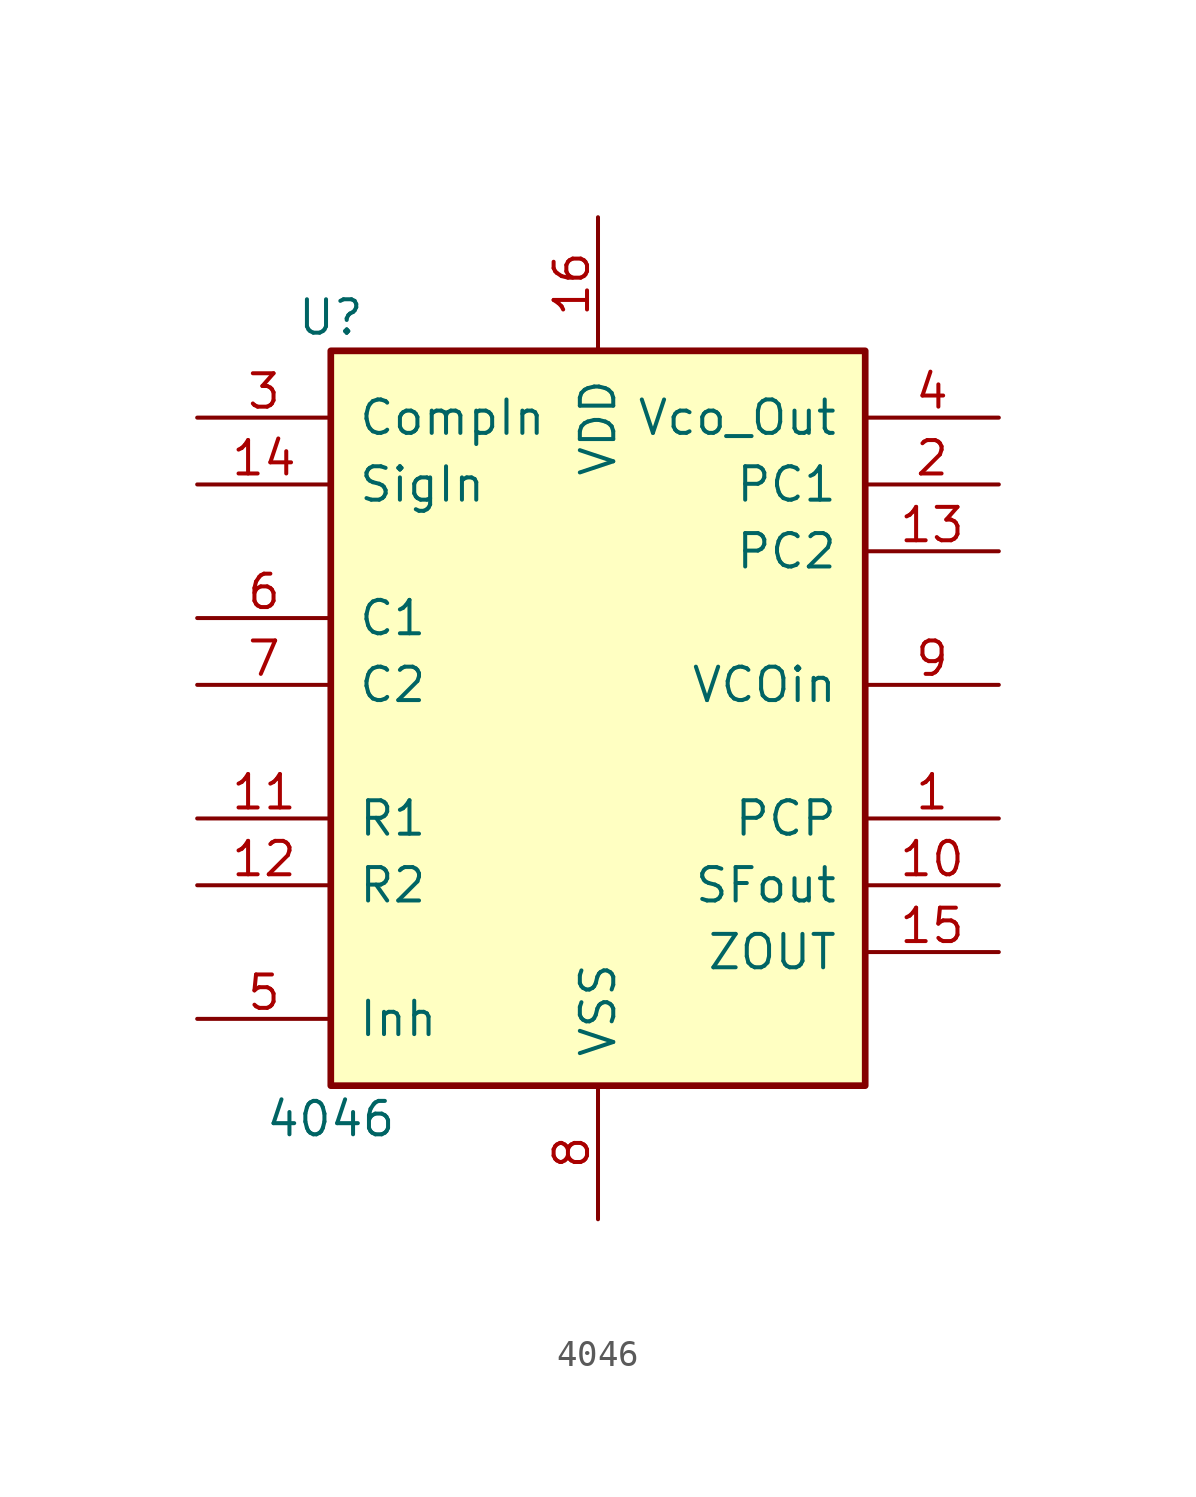
<source format=kicad_sym>
(kicad_symbol_lib
  (version 20231120)
  (generator "kicad_symbol_editor")
  (generator_version "8.0")
  (symbol "4046"
    (pin_names
      (offset 1.016))
    (property "Reference" "U"
      (at -10.16 1.27 0)
      (effects (font (size 1.27 1.27))))
    (property "Value" "4046"
      (at -10.16 -29.21 0)
      (effects (font (size 1.27 1.27))))
    (property "ki_locked" ""
      (at 0 0 0)
      (effects (font (size 1.27 1.27))))
    (symbol "4046_1_0"
      (pin output line (at 15.24 -17.78 180) (length 5.08) (name "PCP" (effects (font (size 1.27 1.27)))) (number "1" (effects (font (size 1.27 1.27)))))
      (pin output line (at 15.24 -20.32 180) (length 5.08) (name "SFout" (effects (font (size 1.27 1.27)))) (number "10" (effects (font (size 1.27 1.27)))))
      (pin input line (at -15.24 -17.78 0) (length 5.08) (name "R1" (effects (font (size 1.27 1.27)))) (number "11" (effects (font (size 1.27 1.27)))))
      (pin input line (at -15.24 -20.32 0) (length 5.08) (name "R2" (effects (font (size 1.27 1.27)))) (number "12" (effects (font (size 1.27 1.27)))))
      (pin tri_state line (at 15.24 -7.62 180) (length 5.08) (name "PC2" (effects (font (size 1.27 1.27)))) (number "13" (effects (font (size 1.27 1.27)))))
      (pin input line (at -15.24 -5.08 0) (length 5.08) (name "SigIn" (effects (font (size 1.27 1.27)))) (number "14" (effects (font (size 1.27 1.27)))))
      (pin output line (at 15.24 -22.86 180) (length 5.08) (name "ZOUT" (effects (font (size 1.27 1.27)))) (number "15" (effects (font (size 1.27 1.27)))))
      (pin power_in line (at 0 5.08 270) (length 5.08) (name "VDD" (effects (font (size 1.27 1.27)))) (number "16" (effects (font (size 1.27 1.27)))))
      (pin output line (at 15.24 -5.08 180) (length 5.08) (name "PC1" (effects (font (size 1.27 1.27)))) (number "2" (effects (font (size 1.27 1.27)))))
      (pin input line (at -15.24 -2.54 0) (length 5.08) (name "CompIn" (effects (font (size 1.27 1.27)))) (number "3" (effects (font (size 1.27 1.27)))))
      (pin output line (at 15.24 -2.54 180) (length 5.08) (name "Vco_Out" (effects (font (size 1.27 1.27)))) (number "4" (effects (font (size 1.27 1.27)))))
      (pin input line (at -15.24 -25.4 0) (length 5.08) (name "Inh" (effects (font (size 1.27 1.27)))) (number "5" (effects (font (size 1.27 1.27)))))
      (pin input line (at -15.24 -10.16 0) (length 5.08) (name "C1" (effects (font (size 1.27 1.27)))) (number "6" (effects (font (size 1.27 1.27)))))
      (pin input line (at -15.24 -12.7 0) (length 5.08) (name "C2" (effects (font (size 1.27 1.27)))) (number "7" (effects (font (size 1.27 1.27)))))
      (pin power_in line (at 0 -33.02 90) (length 5.08) (name "VSS" (effects (font (size 1.27 1.27)))) (number "8" (effects (font (size 1.27 1.27)))))
      (pin input line (at 15.24 -12.7 180) (length 5.08) (name "VCOin" (effects (font (size 1.27 1.27)))) (number "9" (effects (font (size 1.27 1.27))))))
    (symbol "4046_1_1"
      (rectangle (start -10.16 0) (end 10.16 -27.94) (stroke (width 0.254) (type default)) (fill (type background))))))
</source>
